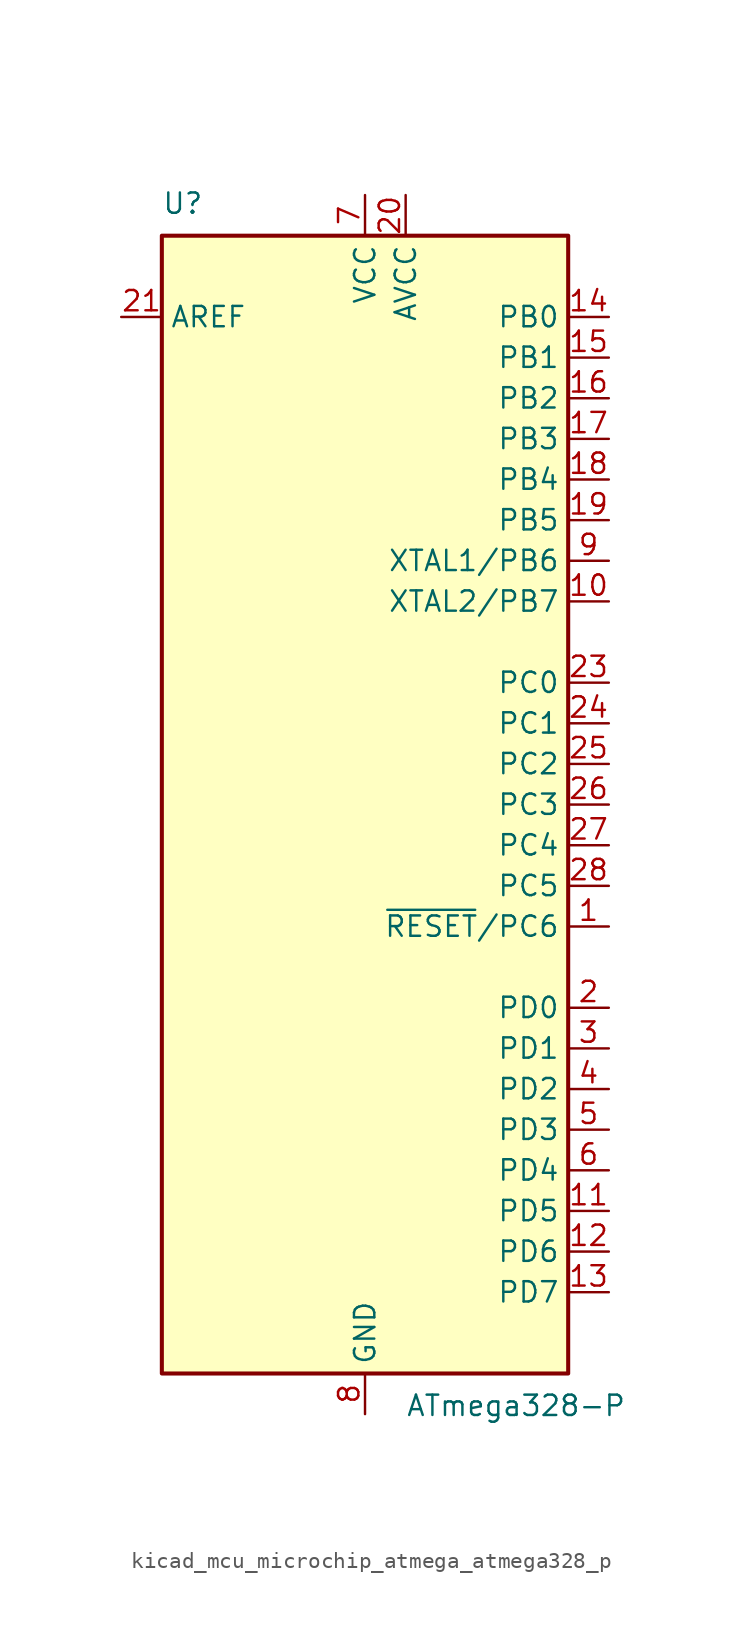
<source format=kicad_sym>
(kicad_symbol_lib
  (version 20220914)
  (generator kicad_symbol_editor)
  (symbol "kicad_mcu_microchip_atmega_atmega328_p"
    (property "Reference" "U"
      (at -12.7 36.83 0)
      (effects (font (size 1.27 1.27)) (justify left bottom)))
    (property "Value" "ATmega328-P"
      (at 2.54 -36.83 0)
      (effects (font (size 1.27 1.27)) (justify left top)))
    (symbol "kicad_mcu_microchip_atmega_atmega328_p_0_1"
      (rectangle (start -12.7 -35.56) (end 12.7 35.56) (stroke (width 0.254) (type default)) (fill (type background))))
    (symbol "kicad_mcu_microchip_atmega_atmega328_p_1_1"
      (pin bidirectional line (at 15.24 -7.62 180) (length 2.54) (name "~{RESET}/PC6" (effects (font (size 1.27 1.27)))) (number "1" (effects (font (size 1.27 1.27)))))
      (pin bidirectional line (at 15.24 12.7 180) (length 2.54) (name "XTAL2/PB7" (effects (font (size 1.27 1.27)))) (number "10" (effects (font (size 1.27 1.27)))))
      (pin bidirectional line (at 15.24 -25.4 180) (length 2.54) (name "PD5" (effects (font (size 1.27 1.27)))) (number "11" (effects (font (size 1.27 1.27)))))
      (pin bidirectional line (at 15.24 -27.94 180) (length 2.54) (name "PD6" (effects (font (size 1.27 1.27)))) (number "12" (effects (font (size 1.27 1.27)))))
      (pin bidirectional line (at 15.24 -30.48 180) (length 2.54) (name "PD7" (effects (font (size 1.27 1.27)))) (number "13" (effects (font (size 1.27 1.27)))))
      (pin bidirectional line (at 15.24 30.48 180) (length 2.54) (name "PB0" (effects (font (size 1.27 1.27)))) (number "14" (effects (font (size 1.27 1.27)))))
      (pin bidirectional line (at 15.24 27.94 180) (length 2.54) (name "PB1" (effects (font (size 1.27 1.27)))) (number "15" (effects (font (size 1.27 1.27)))))
      (pin bidirectional line (at 15.24 25.4 180) (length 2.54) (name "PB2" (effects (font (size 1.27 1.27)))) (number "16" (effects (font (size 1.27 1.27)))))
      (pin bidirectional line (at 15.24 22.86 180) (length 2.54) (name "PB3" (effects (font (size 1.27 1.27)))) (number "17" (effects (font (size 1.27 1.27)))))
      (pin bidirectional line (at 15.24 20.32 180) (length 2.54) (name "PB4" (effects (font (size 1.27 1.27)))) (number "18" (effects (font (size 1.27 1.27)))))
      (pin bidirectional line (at 15.24 17.78 180) (length 2.54) (name "PB5" (effects (font (size 1.27 1.27)))) (number "19" (effects (font (size 1.27 1.27)))))
      (pin bidirectional line (at 15.24 -12.7 180) (length 2.54) (name "PD0" (effects (font (size 1.27 1.27)))) (number "2" (effects (font (size 1.27 1.27)))))
      (pin power_in line (at 2.54 38.1 270) (length 2.54) (name "AVCC" (effects (font (size 1.27 1.27)))) (number "20" (effects (font (size 1.27 1.27)))))
      (pin passive line (at -15.24 30.48 0) (length 2.54) (name "AREF" (effects (font (size 1.27 1.27)))) (number "21" (effects (font (size 1.27 1.27)))))
      (pin passive line (at 0 -38.1 90) (length 2.54) hide (name "GND" (effects (font (size 1.27 1.27)))) (number "22" (effects (font (size 1.27 1.27)))))
      (pin bidirectional line (at 15.24 7.62 180) (length 2.54) (name "PC0" (effects (font (size 1.27 1.27)))) (number "23" (effects (font (size 1.27 1.27)))))
      (pin bidirectional line (at 15.24 5.08 180) (length 2.54) (name "PC1" (effects (font (size 1.27 1.27)))) (number "24" (effects (font (size 1.27 1.27)))))
      (pin bidirectional line (at 15.24 2.54 180) (length 2.54) (name "PC2" (effects (font (size 1.27 1.27)))) (number "25" (effects (font (size 1.27 1.27)))))
      (pin bidirectional line (at 15.24 0 180) (length 2.54) (name "PC3" (effects (font (size 1.27 1.27)))) (number "26" (effects (font (size 1.27 1.27)))))
      (pin bidirectional line (at 15.24 -2.54 180) (length 2.54) (name "PC4" (effects (font (size 1.27 1.27)))) (number "27" (effects (font (size 1.27 1.27)))))
      (pin bidirectional line (at 15.24 -5.08 180) (length 2.54) (name "PC5" (effects (font (size 1.27 1.27)))) (number "28" (effects (font (size 1.27 1.27)))))
      (pin bidirectional line (at 15.24 -15.24 180) (length 2.54) (name "PD1" (effects (font (size 1.27 1.27)))) (number "3" (effects (font (size 1.27 1.27)))))
      (pin bidirectional line (at 15.24 -17.78 180) (length 2.54) (name "PD2" (effects (font (size 1.27 1.27)))) (number "4" (effects (font (size 1.27 1.27)))))
      (pin bidirectional line (at 15.24 -20.32 180) (length 2.54) (name "PD3" (effects (font (size 1.27 1.27)))) (number "5" (effects (font (size 1.27 1.27)))))
      (pin bidirectional line (at 15.24 -22.86 180) (length 2.54) (name "PD4" (effects (font (size 1.27 1.27)))) (number "6" (effects (font (size 1.27 1.27)))))
      (pin power_in line (at 0 38.1 270) (length 2.54) (name "VCC" (effects (font (size 1.27 1.27)))) (number "7" (effects (font (size 1.27 1.27)))))
      (pin power_in line (at 0 -38.1 90) (length 2.54) (name "GND" (effects (font (size 1.27 1.27)))) (number "8" (effects (font (size 1.27 1.27)))))
      (pin bidirectional line (at 15.24 15.24 180) (length 2.54) (name "XTAL1/PB6" (effects (font (size 1.27 1.27)))) (number "9" (effects (font (size 1.27 1.27))))))))
</source>
